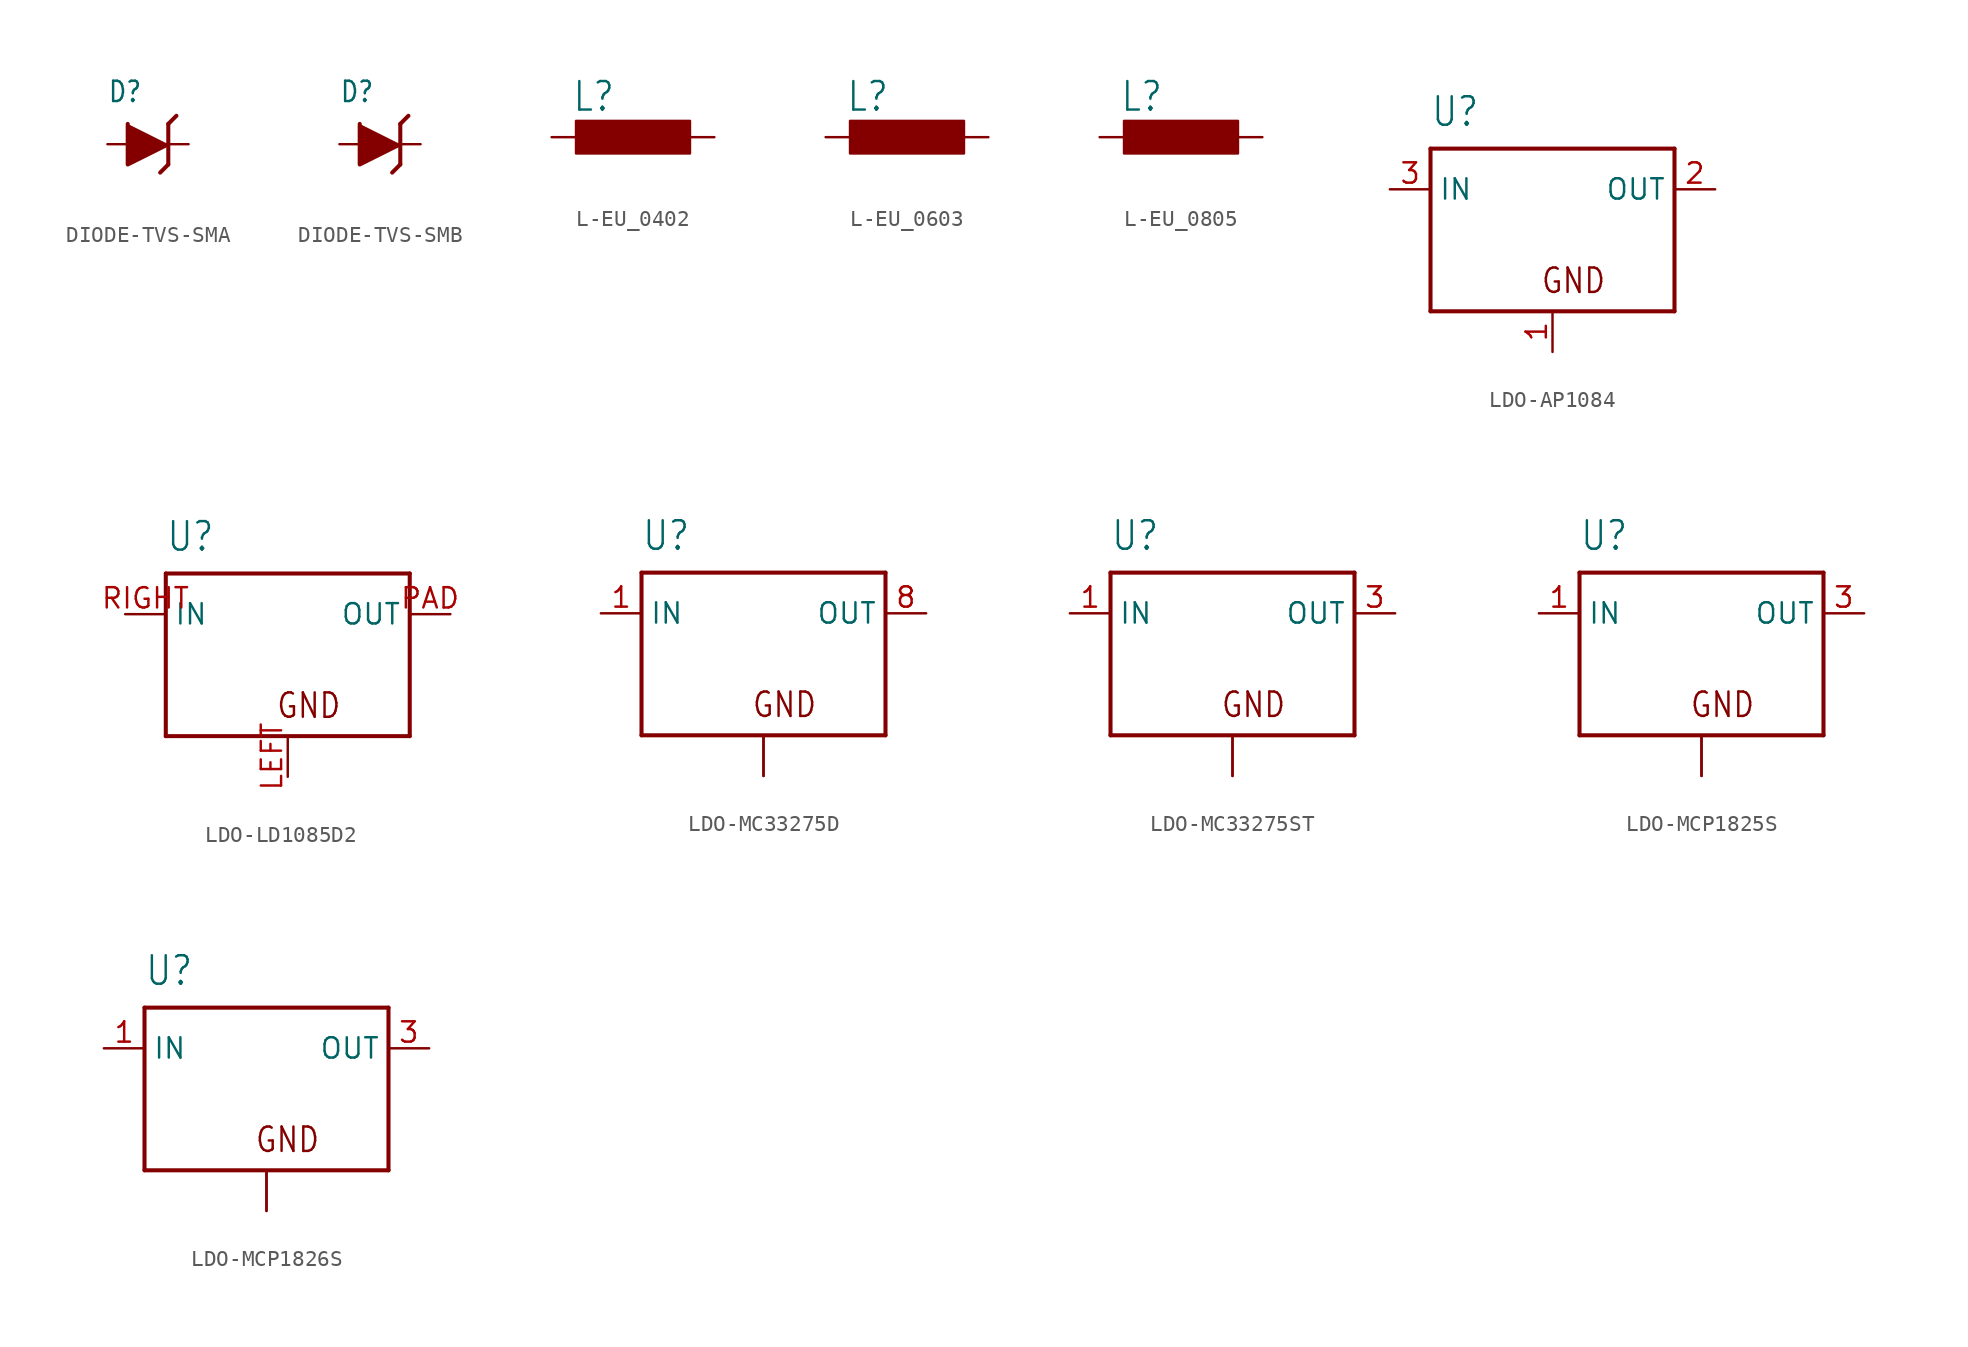
<source format=kicad_sym>
(kicad_symbol_lib
  (version 20231120)
  (generator "kicad_symbol_editor")
  (generator_version "8.0")
  (symbol "DIODE-TVS-SMA"
    (property "Reference" "D"
      (at -2.54 2.54 0)
      (effects (font (size 1.27 1.079)) (justify left bottom)))
    (property "Value" ""
      (at -2.54 -3.81 0)
      (effects (font (size 1.27 1.079)) (justify left bottom)))
    (property "ki_locked" ""
      (at 0 0 0)
      (effects (font (size 1.27 1.27))))
    (symbol "DIODE-TVS-SMA_1_0"
      (polyline (pts (xy 0.762 -1.778) (xy 1.27 -1.27)) (stroke (width 0.254) (type solid)) (fill (type none)))
      (polyline (pts (xy 1.27 1.27) (xy 1.27 -1.27)) (stroke (width 0.254) (type solid)) (fill (type none)))
      (polyline (pts (xy 1.27 1.27) (xy 1.778 1.778)) (stroke (width 0.254) (type solid)) (fill (type none)))
      (polyline (pts (xy -1.27 1.27) (xy -1.27 -1.27) (xy 1.27 0)) (stroke (width 0.254) (type solid)) (fill (type outline)))
      (pin passive line (at -2.54 0 0) (length 2.54) (name "A" (effects (font (size 0 0)))) (number "A" (effects (font (size 0 0)))))
      (pin passive line (at 2.54 0 180) (length 2.54) (name "C" (effects (font (size 0 0)))) (number "C" (effects (font (size 0 0)))))))
  (symbol "DIODE-TVS-SMB"
    (property "Reference" "D"
      (at -2.54 2.54 0)
      (effects (font (size 1.27 1.079)) (justify left bottom)))
    (property "Value" ""
      (at -2.54 -3.81 0)
      (effects (font (size 1.27 1.079)) (justify left bottom)))
    (property "ki_locked" ""
      (at 0 0 0)
      (effects (font (size 1.27 1.27))))
    (symbol "DIODE-TVS-SMB_1_0"
      (polyline (pts (xy 0.762 -1.778) (xy 1.27 -1.27)) (stroke (width 0.254) (type solid)) (fill (type none)))
      (polyline (pts (xy 1.27 1.27) (xy 1.27 -1.27)) (stroke (width 0.254) (type solid)) (fill (type none)))
      (polyline (pts (xy 1.27 1.27) (xy 1.778 1.778)) (stroke (width 0.254) (type solid)) (fill (type none)))
      (polyline (pts (xy -1.27 1.27) (xy -1.27 -1.27) (xy 1.27 0)) (stroke (width 0.254) (type solid)) (fill (type outline)))
      (pin passive line (at -2.54 0 0) (length 2.54) (name "A" (effects (font (size 0 0)))) (number "A" (effects (font (size 0 0)))))
      (pin passive line (at 2.54 0 180) (length 2.54) (name "C" (effects (font (size 0 0)))) (number "C" (effects (font (size 0 0)))))))
  (symbol "L-EU_0402"
    (property "Reference" "L"
      (at -3.81 1.499 0)
      (effects (font (size 1.778 1.511)) (justify left bottom)))
    (property "Value" ""
      (at -3.81 -3.302 0)
      (effects (font (size 1.778 1.511)) (justify left bottom)))
    (property "ki_locked" ""
      (at 0 0 0)
      (effects (font (size 1.27 1.27))))
    (symbol "L-EU_0402_1_0"
      (rectangle (start 3.556 -1.016) (end -3.556 1.016) (stroke (width 0) (type default)) (fill (type outline)))
      (pin passive line (at 5.08 0 180) (length 2.54) (name "1" (effects (font (size 0 0)))) (number "1" (effects (font (size 0 0)))))
      (pin passive line (at -5.08 0 0) (length 2.54) (name "2" (effects (font (size 0 0)))) (number "2" (effects (font (size 0 0)))))))
  (symbol "L-EU_0603"
    (property "Reference" "L"
      (at -3.81 1.499 0)
      (effects (font (size 1.778 1.511)) (justify left bottom)))
    (property "Value" ""
      (at -3.81 -3.302 0)
      (effects (font (size 1.778 1.511)) (justify left bottom)))
    (property "ki_locked" ""
      (at 0 0 0)
      (effects (font (size 1.27 1.27))))
    (symbol "L-EU_0603_1_0"
      (rectangle (start 3.556 -1.016) (end -3.556 1.016) (stroke (width 0) (type default)) (fill (type outline)))
      (pin passive line (at 5.08 0 180) (length 2.54) (name "1" (effects (font (size 0 0)))) (number "1" (effects (font (size 0 0)))))
      (pin passive line (at -5.08 0 0) (length 2.54) (name "2" (effects (font (size 0 0)))) (number "2" (effects (font (size 0 0)))))))
  (symbol "L-EU_0805"
    (property "Reference" "L"
      (at -3.81 1.499 0)
      (effects (font (size 1.778 1.511)) (justify left bottom)))
    (property "Value" ""
      (at -3.81 -3.302 0)
      (effects (font (size 1.778 1.511)) (justify left bottom)))
    (property "ki_locked" ""
      (at 0 0 0)
      (effects (font (size 1.27 1.27))))
    (symbol "L-EU_0805_1_0"
      (rectangle (start 3.556 -1.016) (end -3.556 1.016) (stroke (width 0) (type default)) (fill (type outline)))
      (pin passive line (at 5.08 0 180) (length 2.54) (name "1" (effects (font (size 0 0)))) (number "1" (effects (font (size 0 0)))))
      (pin passive line (at -5.08 0 0) (length 2.54) (name "2" (effects (font (size 0 0)))) (number "2" (effects (font (size 0 0)))))))
  (symbol "LDO-AP1084"
    (property "Reference" "U"
      (at -7.62 6.35 0)
      (effects (font (size 1.778 1.511)) (justify left bottom)))
    (property "Value" ""
      (at 2.54 6.35 0)
      (effects (font (size 1.778 1.511)) (justify left bottom)))
    (property "ki_locked" ""
      (at 0 0 0)
      (effects (font (size 1.27 1.27))))
    (symbol "LDO-AP1084_1_0"
      (polyline (pts (xy -7.62 -5.08) (xy -7.62 5.08)) (stroke (width 0.254) (type solid)) (fill (type none)))
      (polyline (pts (xy -7.62 5.08) (xy 7.62 5.08)) (stroke (width 0.254) (type solid)) (fill (type none)))
      (polyline (pts (xy 7.62 -5.08) (xy -7.62 -5.08)) (stroke (width 0.254) (type solid)) (fill (type none)))
      (polyline (pts (xy 7.62 5.08) (xy 7.62 -5.08)) (stroke (width 0.254) (type solid)) (fill (type none)))
      (text "GND" (at -0.762 -4.064 0) (effects (font (size 1.524 1.295)) (justify left bottom)))
      (pin power_in line (at 0 -7.62 90) (length 2.54) (name "GND" (effects (font (size 0 0)))) (number "1" (effects (font (size 1.27 1.27)))))
      (pin passive line (at 10.16 2.54 180) (length 2.54) (name "OUT" (effects (font (size 1.27 1.27)))) (number "2" (effects (font (size 1.27 1.27)))))
      (pin input line (at -10.16 2.54 0) (length 2.54) (name "IN" (effects (font (size 1.27 1.27)))) (number "3" (effects (font (size 1.27 1.27)))))))
  (symbol "LDO-LD1085D2"
    (property "Reference" "U"
      (at -7.62 6.35 0)
      (effects (font (size 1.778 1.511)) (justify left bottom)))
    (property "Value" ""
      (at 2.54 6.35 0)
      (effects (font (size 1.778 1.511)) (justify left bottom)))
    (property "ki_locked" ""
      (at 0 0 0)
      (effects (font (size 1.27 1.27))))
    (symbol "LDO-LD1085D2_1_0"
      (polyline (pts (xy -7.62 -5.08) (xy -7.62 5.08)) (stroke (width 0.254) (type solid)) (fill (type none)))
      (polyline (pts (xy -7.62 5.08) (xy 7.62 5.08)) (stroke (width 0.254) (type solid)) (fill (type none)))
      (polyline (pts (xy 7.62 -5.08) (xy -7.62 -5.08)) (stroke (width 0.254) (type solid)) (fill (type none)))
      (polyline (pts (xy 7.62 5.08) (xy 7.62 -5.08)) (stroke (width 0.254) (type solid)) (fill (type none)))
      (text "GND" (at -0.762 -4.064 0) (effects (font (size 1.524 1.295)) (justify left bottom)))
      (pin power_in line (at 0 -7.62 90) (length 2.54) (name "GND" (effects (font (size 0 0)))) (number "LEFT" (effects (font (size 1.27 1.27)))))
      (pin passive line (at 10.16 2.54 180) (length 2.54) (name "OUT" (effects (font (size 1.27 1.27)))) (number "PAD" (effects (font (size 1.27 1.27)))))
      (pin input line (at -10.16 2.54 0) (length 2.54) (name "IN" (effects (font (size 1.27 1.27)))) (number "RIGHT" (effects (font (size 1.27 1.27)))))))
  (symbol "LDO-MC33275D"
    (property "Reference" "U"
      (at -7.62 6.35 0)
      (effects (font (size 1.778 1.511)) (justify left bottom)))
    (property "Value" ""
      (at 2.54 6.35 0)
      (effects (font (size 1.778 1.511)) (justify left bottom)))
    (property "ki_locked" ""
      (at 0 0 0)
      (effects (font (size 1.27 1.27))))
    (symbol "LDO-MC33275D_1_0"
      (polyline (pts (xy -7.62 -5.08) (xy -7.62 5.08)) (stroke (width 0.254) (type solid)) (fill (type none)))
      (polyline (pts (xy -7.62 5.08) (xy 7.62 5.08)) (stroke (width 0.254) (type solid)) (fill (type none)))
      (polyline (pts (xy 7.62 -5.08) (xy -7.62 -5.08)) (stroke (width 0.254) (type solid)) (fill (type none)))
      (polyline (pts (xy 7.62 5.08) (xy 7.62 -5.08)) (stroke (width 0.254) (type solid)) (fill (type none)))
      (text "GND" (at -0.762 -4.064 0) (effects (font (size 1.524 1.295)) (justify left bottom)))
      (pin input line (at -10.16 2.54 0) (length 2.54) (name "IN" (effects (font (size 1.27 1.27)))) (number "1" (effects (font (size 1.27 1.27)))))
      (pin power_in line (at 0 -7.62 90) (length 2.54) (name "GND" (effects (font (size 0 0)))) (number "2" (effects (font (size 0 0)))))
      (pin power_in line (at 0 -7.62 90) (length 2.54) (name "GND" (effects (font (size 0 0)))) (number "3" (effects (font (size 0 0)))))
      (pin passive line (at 10.16 2.54 180) (length 2.54) (name "OUT" (effects (font (size 1.27 1.27)))) (number "8" (effects (font (size 1.27 1.27)))))))
  (symbol "LDO-MC33275ST"
    (property "Reference" "U"
      (at -7.62 6.35 0)
      (effects (font (size 1.778 1.511)) (justify left bottom)))
    (property "Value" ""
      (at 2.54 6.35 0)
      (effects (font (size 1.778 1.511)) (justify left bottom)))
    (property "ki_locked" ""
      (at 0 0 0)
      (effects (font (size 1.27 1.27))))
    (symbol "LDO-MC33275ST_1_0"
      (polyline (pts (xy -7.62 -5.08) (xy -7.62 5.08)) (stroke (width 0.254) (type solid)) (fill (type none)))
      (polyline (pts (xy -7.62 5.08) (xy 7.62 5.08)) (stroke (width 0.254) (type solid)) (fill (type none)))
      (polyline (pts (xy 7.62 -5.08) (xy -7.62 -5.08)) (stroke (width 0.254) (type solid)) (fill (type none)))
      (polyline (pts (xy 7.62 5.08) (xy 7.62 -5.08)) (stroke (width 0.254) (type solid)) (fill (type none)))
      (text "GND" (at -0.762 -4.064 0) (effects (font (size 1.524 1.295)) (justify left bottom)))
      (pin input line (at -10.16 2.54 0) (length 2.54) (name "IN" (effects (font (size 1.27 1.27)))) (number "1" (effects (font (size 1.27 1.27)))))
      (pin power_in line (at 0 -7.62 90) (length 2.54) (name "GND" (effects (font (size 0 0)))) (number "2" (effects (font (size 0 0)))))
      (pin passive line (at 10.16 2.54 180) (length 2.54) (name "OUT" (effects (font (size 1.27 1.27)))) (number "3" (effects (font (size 1.27 1.27)))))
      (pin power_in line (at 0 -7.62 90) (length 2.54) (name "GND" (effects (font (size 0 0)))) (number "4" (effects (font (size 0 0)))))))
  (symbol "LDO-MCP1825S"
    (property "Reference" "U"
      (at -7.62 6.35 0)
      (effects (font (size 1.778 1.511)) (justify left bottom)))
    (property "Value" ""
      (at 2.54 6.35 0)
      (effects (font (size 1.778 1.511)) (justify left bottom)))
    (property "ki_locked" ""
      (at 0 0 0)
      (effects (font (size 1.27 1.27))))
    (symbol "LDO-MCP1825S_1_0"
      (polyline (pts (xy -7.62 -5.08) (xy -7.62 5.08)) (stroke (width 0.254) (type solid)) (fill (type none)))
      (polyline (pts (xy -7.62 5.08) (xy 7.62 5.08)) (stroke (width 0.254) (type solid)) (fill (type none)))
      (polyline (pts (xy 7.62 -5.08) (xy -7.62 -5.08)) (stroke (width 0.254) (type solid)) (fill (type none)))
      (polyline (pts (xy 7.62 5.08) (xy 7.62 -5.08)) (stroke (width 0.254) (type solid)) (fill (type none)))
      (text "GND" (at -0.762 -4.064 0) (effects (font (size 1.524 1.295)) (justify left bottom)))
      (pin input line (at -10.16 2.54 0) (length 2.54) (name "IN" (effects (font (size 1.27 1.27)))) (number "1" (effects (font (size 1.27 1.27)))))
      (pin power_in line (at 0 -7.62 90) (length 2.54) (name "GND" (effects (font (size 0 0)))) (number "2" (effects (font (size 0 0)))))
      (pin passive line (at 10.16 2.54 180) (length 2.54) (name "OUT" (effects (font (size 1.27 1.27)))) (number "3" (effects (font (size 1.27 1.27)))))
      (pin power_in line (at 0 -7.62 90) (length 2.54) (name "GND" (effects (font (size 0 0)))) (number "4" (effects (font (size 0 0)))))))
  (symbol "LDO-MCP1826S"
    (property "Reference" "U"
      (at -7.62 6.35 0)
      (effects (font (size 1.778 1.511)) (justify left bottom)))
    (property "Value" ""
      (at 2.54 6.35 0)
      (effects (font (size 1.778 1.511)) (justify left bottom)))
    (property "ki_locked" ""
      (at 0 0 0)
      (effects (font (size 1.27 1.27))))
    (symbol "LDO-MCP1826S_1_0"
      (polyline (pts (xy -7.62 -5.08) (xy -7.62 5.08)) (stroke (width 0.254) (type solid)) (fill (type none)))
      (polyline (pts (xy -7.62 5.08) (xy 7.62 5.08)) (stroke (width 0.254) (type solid)) (fill (type none)))
      (polyline (pts (xy 7.62 -5.08) (xy -7.62 -5.08)) (stroke (width 0.254) (type solid)) (fill (type none)))
      (polyline (pts (xy 7.62 5.08) (xy 7.62 -5.08)) (stroke (width 0.254) (type solid)) (fill (type none)))
      (text "GND" (at -0.762 -4.064 0) (effects (font (size 1.524 1.295)) (justify left bottom)))
      (pin input line (at -10.16 2.54 0) (length 2.54) (name "IN" (effects (font (size 1.27 1.27)))) (number "1" (effects (font (size 1.27 1.27)))))
      (pin power_in line (at 0 -7.62 90) (length 2.54) (name "GND" (effects (font (size 0 0)))) (number "2" (effects (font (size 0 0)))))
      (pin passive line (at 10.16 2.54 180) (length 2.54) (name "OUT" (effects (font (size 1.27 1.27)))) (number "3" (effects (font (size 1.27 1.27)))))
      (pin power_in line (at 0 -7.62 90) (length 2.54) (name "GND" (effects (font (size 0 0)))) (number "4" (effects (font (size 0 0))))))))
</source>
